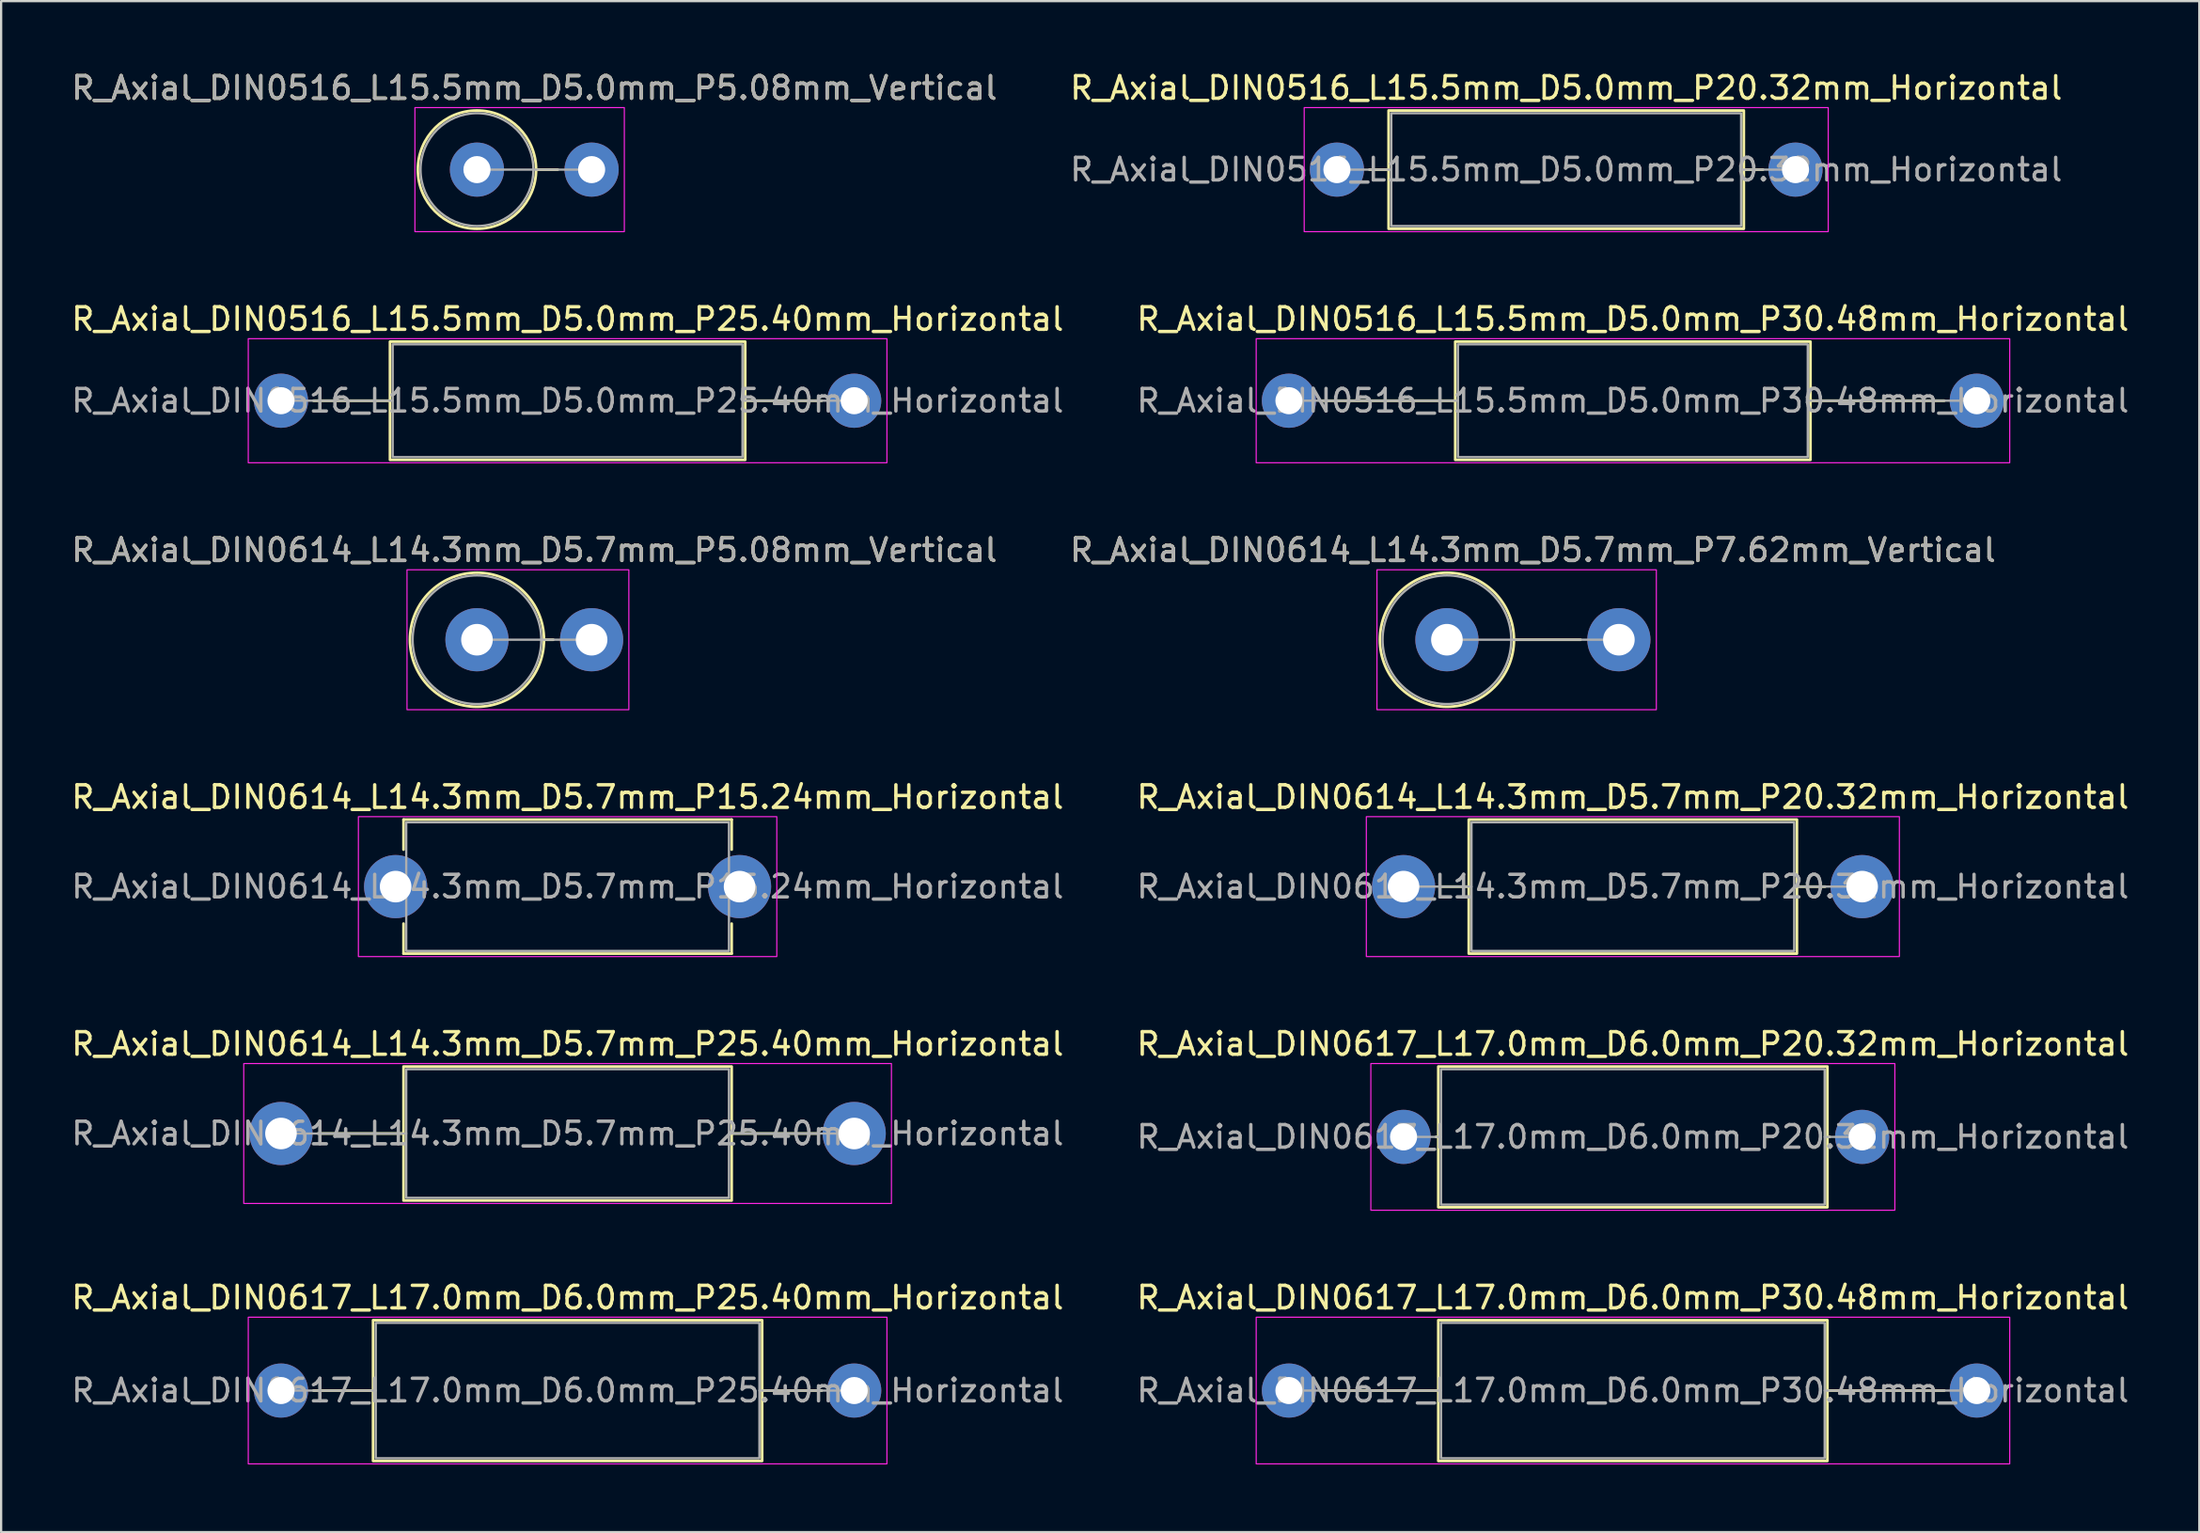
<source format=kicad_pcb>
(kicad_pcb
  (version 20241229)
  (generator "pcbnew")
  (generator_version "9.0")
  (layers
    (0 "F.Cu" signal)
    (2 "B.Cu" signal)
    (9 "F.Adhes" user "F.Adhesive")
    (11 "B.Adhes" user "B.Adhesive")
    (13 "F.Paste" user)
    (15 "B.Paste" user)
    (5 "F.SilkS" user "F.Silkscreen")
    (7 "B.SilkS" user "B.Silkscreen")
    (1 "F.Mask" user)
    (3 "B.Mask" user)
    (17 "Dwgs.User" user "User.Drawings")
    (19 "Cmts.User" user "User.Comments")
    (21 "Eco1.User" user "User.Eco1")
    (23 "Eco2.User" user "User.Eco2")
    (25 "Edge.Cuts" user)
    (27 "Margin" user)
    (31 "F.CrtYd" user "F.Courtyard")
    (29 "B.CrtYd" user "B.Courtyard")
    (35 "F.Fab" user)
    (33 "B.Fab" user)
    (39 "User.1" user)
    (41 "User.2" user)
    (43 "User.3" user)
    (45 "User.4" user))
  (footprint "R_Axial_DIN0516_L15.5mm_D5.0mm_P20.32mm_Horizontal"
    (layer "F.Cu")
    (at 56.191 4.468)
    (property "Reference" "R_Axial_DIN0516_L15.5mm_D5.0mm_P20.32mm_Horizontal" (at 10.16 -3.62 0) (layer "F.SilkS") (effects (font (size 1 1) (thickness 0.15))))
    (attr through_hole)
    (fp_line (start 1.44 0) (end 2.29 0) (stroke (width 0.12) (type solid)) (layer "F.SilkS"))
    (fp_line (start 18.88 0) (end 18.03 0) (stroke (width 0.12) (type solid)) (layer "F.SilkS"))
    (fp_rect (start 2.29 -2.62) (end 18.03 2.62) (stroke (width 0.12) (type solid)) (fill no) (layer "F.SilkS"))
    (fp_rect (start -1.45 -2.75) (end 21.77 2.75) (stroke (width 0.05) (type solid)) (fill no) (layer "F.CrtYd"))
    (fp_line (start 0 0) (end 2.41 0) (stroke (width 0.1) (type solid)) (layer "F.Fab"))
    (fp_line (start 20.32 0) (end 17.91 0) (stroke (width 0.1) (type solid)) (layer "F.Fab"))
    (fp_rect (start 2.41 -2.5) (end 17.91 2.5) (stroke (width 0.1) (type solid)) (fill no) (layer "F.Fab"))
    (fp_text user "${REFERENCE}" (at 10.16 0 0) (layer "F.Fab") (effects (font (size 1 1) (thickness 0.15))))
    (pad "1" thru_hole circle (at 0 0) (size 2.4 2.4) (drill 1.2) (layers "*.Cu" "*.Mask"))
    (pad "2" thru_hole circle (at 20.32 0) (size 2.4 2.4) (drill 1.2) (layers "*.Cu" "*.Mask")))
  (footprint "R_Axial_DIN0516_L15.5mm_D5.0mm_P25.40mm_Horizontal"
    (layer "F.Cu")
    (at 9.401 14.711)
    (property "Reference" "R_Axial_DIN0516_L15.5mm_D5.0mm_P25.40mm_Horizontal" (at 12.7 -3.62 0) (layer "F.SilkS") (effects (font (size 1 1) (thickness 0.15))))
    (attr through_hole)
    (fp_line (start 1.44 0) (end 4.83 0) (stroke (width 0.12) (type solid)) (layer "F.SilkS"))
    (fp_line (start 23.96 0) (end 20.57 0) (stroke (width 0.12) (type solid)) (layer "F.SilkS"))
    (fp_rect (start 4.83 -2.62) (end 20.57 2.62) (stroke (width 0.12) (type solid)) (fill no) (layer "F.SilkS"))
    (fp_rect (start -1.45 -2.75) (end 26.85 2.75) (stroke (width 0.05) (type solid)) (fill no) (layer "F.CrtYd"))
    (fp_line (start 0 0) (end 4.95 0) (stroke (width 0.1) (type solid)) (layer "F.Fab"))
    (fp_line (start 25.4 0) (end 20.45 0) (stroke (width 0.1) (type solid)) (layer "F.Fab"))
    (fp_rect (start 4.95 -2.5) (end 20.45 2.5) (stroke (width 0.1) (type solid)) (fill no) (layer "F.Fab"))
    (fp_text user "${REFERENCE}" (at 12.7 0 0) (layer "F.Fab") (effects (font (size 1 1) (thickness 0.15))))
    (pad "1" thru_hole circle (at 0 0) (size 2.4 2.4) (drill 1.2) (layers "*.Cu" "*.Mask"))
    (pad "2" thru_hole circle (at 25.4 0) (size 2.4 2.4) (drill 1.2) (layers "*.Cu" "*.Mask")))
  (footprint "R_Axial_DIN0617_L17.0mm_D6.0mm_P25.40mm_Horizontal"
    (layer "F.Cu")
    (at 9.401 58.584)
    (property "Reference" "R_Axial_DIN0617_L17.0mm_D6.0mm_P25.40mm_Horizontal" (at 12.7 -4.12 0) (layer "F.SilkS") (effects (font (size 1 1) (thickness 0.15))))
    (attr through_hole)
    (fp_line (start 1.44 0) (end 4.08 0) (stroke (width 0.12) (type solid)) (layer "F.SilkS"))
    (fp_line (start 23.96 0) (end 21.32 0) (stroke (width 0.12) (type solid)) (layer "F.SilkS"))
    (fp_rect (start 4.08 -3.12) (end 21.32 3.12) (stroke (width 0.12) (type solid)) (fill no) (layer "F.SilkS"))
    (fp_rect (start -1.45 -3.25) (end 26.85 3.25) (stroke (width 0.05) (type solid)) (fill no) (layer "F.CrtYd"))
    (fp_line (start 0 0) (end 4.2 0) (stroke (width 0.1) (type solid)) (layer "F.Fab"))
    (fp_line (start 25.4 0) (end 21.2 0) (stroke (width 0.1) (type solid)) (layer "F.Fab"))
    (fp_rect (start 4.2 -3) (end 21.2 3) (stroke (width 0.1) (type solid)) (fill no) (layer "F.Fab"))
    (fp_text user "${REFERENCE}" (at 12.7 0 0) (layer "F.Fab") (effects (font (size 1 1) (thickness 0.15))))
    (pad "1" thru_hole circle (at 0 0) (size 2.4 2.4) (drill 1.2) (layers "*.Cu" "*.Mask"))
    (pad "2" thru_hole circle (at 25.4 0) (size 2.4 2.4) (drill 1.2) (layers "*.Cu" "*.Mask")))
  (footprint "R_Axial_DIN0614_L14.3mm_D5.7mm_P20.32mm_Horizontal"
    (layer "F.Cu")
    (at 59.144 36.248)
    (property "Reference" "R_Axial_DIN0614_L14.3mm_D5.7mm_P20.32mm_Horizontal" (at 10.16 -3.97 0) (layer "F.SilkS") (effects (font (size 1 1) (thickness 0.15))))
    (attr through_hole)
    (fp_line (start 1.64 0) (end 2.89 0) (stroke (width 0.12) (type solid)) (layer "F.SilkS"))
    (fp_line (start 18.68 0) (end 17.43 0) (stroke (width 0.12) (type solid)) (layer "F.SilkS"))
    (fp_rect (start 2.89 -2.97) (end 17.43 2.97) (stroke (width 0.12) (type solid)) (fill no) (layer "F.SilkS"))
    (fp_rect (start -1.65 -3.1) (end 21.97 3.1) (stroke (width 0.05) (type solid)) (fill no) (layer "F.CrtYd"))
    (fp_line (start 0 0) (end 3.01 0) (stroke (width 0.1) (type solid)) (layer "F.Fab"))
    (fp_line (start 20.32 0) (end 17.31 0) (stroke (width 0.1) (type solid)) (layer "F.Fab"))
    (fp_rect (start 3.01 -2.85) (end 17.31 2.85) (stroke (width 0.1) (type solid)) (fill no) (layer "F.Fab"))
    (fp_text user "${REFERENCE}" (at 10.16 0 0) (layer "F.Fab") (effects (font (size 1 1) (thickness 0.15))))
    (pad "1" thru_hole circle (at 0 0) (size 2.8 2.8) (drill 1.4) (layers "*.Cu" "*.Mask"))
    (pad "2" thru_hole circle (at 20.32 0) (size 2.8 2.8) (drill 1.4) (layers "*.Cu" "*.Mask")))
  (footprint "R_Axial_DIN0617_L17.0mm_D6.0mm_P30.48mm_Horizontal"
    (layer "F.Cu")
    (at 54.064 58.584)
    (property "Reference" "R_Axial_DIN0617_L17.0mm_D6.0mm_P30.48mm_Horizontal" (at 15.24 -4.12 0) (layer "F.SilkS") (effects (font (size 1 1) (thickness 0.15))))
    (attr through_hole)
    (fp_line (start 1.44 0) (end 6.62 0) (stroke (width 0.12) (type solid)) (layer "F.SilkS"))
    (fp_line (start 29.04 0) (end 23.86 0) (stroke (width 0.12) (type solid)) (layer "F.SilkS"))
    (fp_rect (start 6.62 -3.12) (end 23.86 3.12) (stroke (width 0.12) (type solid)) (fill no) (layer "F.SilkS"))
    (fp_rect (start -1.45 -3.25) (end 31.94 3.25) (stroke (width 0.05) (type solid)) (fill no) (layer "F.CrtYd"))
    (fp_line (start 0 0) (end 6.74 0) (stroke (width 0.1) (type solid)) (layer "F.Fab"))
    (fp_line (start 30.48 0) (end 23.74 0) (stroke (width 0.1) (type solid)) (layer "F.Fab"))
    (fp_rect (start 6.74 -3) (end 23.74 3) (stroke (width 0.1) (type solid)) (fill no) (layer "F.Fab"))
    (fp_text user "${REFERENCE}" (at 15.24 0 0) (layer "F.Fab") (effects (font (size 1 1) (thickness 0.15))))
    (pad "1" thru_hole circle (at 0 0) (size 2.4 2.4) (drill 1.2) (layers "*.Cu" "*.Mask"))
    (pad "2" thru_hole circle (at 30.48 0) (size 2.4 2.4) (drill 1.2) (layers "*.Cu" "*.Mask")))
  (footprint "R_Axial_DIN0617_L17.0mm_D6.0mm_P20.32mm_Horizontal"
    (layer "F.Cu")
    (at 59.144 47.341)
    (property "Reference" "R_Axial_DIN0617_L17.0mm_D6.0mm_P20.32mm_Horizontal" (at 10.16 -4.12 0) (layer "F.SilkS") (effects (font (size 1 1) (thickness 0.15))))
    (attr through_hole)
    (fp_line (start 1.44 0) (end 1.54 0) (stroke (width 0.12) (type solid)) (layer "F.SilkS"))
    (fp_line (start 18.88 0) (end 18.78 0) (stroke (width 0.12) (type solid)) (layer "F.SilkS"))
    (fp_rect (start 1.54 -3.12) (end 18.78 3.12) (stroke (width 0.12) (type solid)) (fill no) (layer "F.SilkS"))
    (fp_rect (start -1.45 -3.25) (end 21.77 3.25) (stroke (width 0.05) (type solid)) (fill no) (layer "F.CrtYd"))
    (fp_line (start 0 0) (end 1.66 0) (stroke (width 0.1) (type solid)) (layer "F.Fab"))
    (fp_line (start 20.32 0) (end 18.66 0) (stroke (width 0.1) (type solid)) (layer "F.Fab"))
    (fp_rect (start 1.66 -3) (end 18.66 3) (stroke (width 0.1) (type solid)) (fill no) (layer "F.Fab"))
    (fp_text user "${REFERENCE}" (at 10.16 0 0) (layer "F.Fab") (effects (font (size 1 1) (thickness 0.15))))
    (pad "1" thru_hole circle (at 0 0) (size 2.4 2.4) (drill 1.2) (layers "*.Cu" "*.Mask"))
    (pad "2" thru_hole circle (at 20.32 0) (size 2.4 2.4) (drill 1.2) (layers "*.Cu" "*.Mask")))
  (footprint "R_Axial_DIN0516_L15.5mm_D5.0mm_P5.08mm_Vertical"
    (layer "F.Cu")
    (at 18.085 4.468)
    (property "Reference" "R_Axial_DIN0516_L15.5mm_D5.0mm_P5.08mm_Vertical" (at 2.54 -3.62 0) (layer "F.SilkS") (effects (font (size 1 1) (thickness 0.15))))
    (attr through_hole)
    (fp_line (start 2.62 0) (end 3.58 0) (stroke (width 0.12) (type solid)) (layer "F.SilkS"))
    (fp_circle (center 0 0) (end 2.62 0) (stroke (width 0.12) (type solid)) (fill no) (layer "F.SilkS"))
    (fp_rect (start -2.75 -2.75) (end 6.53 2.75) (stroke (width 0.05) (type solid)) (fill no) (layer "F.CrtYd"))
    (fp_line (start 0 0) (end 5.08 0) (stroke (width 0.1) (type solid)) (layer "F.Fab"))
    (fp_circle (center 0 0) (end 2.5 0) (stroke (width 0.1) (type solid)) (fill no) (layer "F.Fab"))
    (fp_text user "${REFERENCE}" (at 2.54 -3.62 0) (layer "F.Fab") (effects (font (size 1 1) (thickness 0.15))))
    (pad "1" thru_hole circle (at 0 0) (size 2.4 2.4) (drill 1.2) (layers "*.Cu" "*.Mask"))
    (pad "2" thru_hole circle (at 5.08 0) (size 2.4 2.4) (drill 1.2) (layers "*.Cu" "*.Mask")))
  (footprint "R_Axial_DIN0614_L14.3mm_D5.7mm_P5.08mm_Vertical"
    (layer "F.Cu")
    (at 18.085 25.305)
    (property "Reference" "R_Axial_DIN0614_L14.3mm_D5.7mm_P5.08mm_Vertical" (at 2.54 -3.97 0) (layer "F.SilkS") (effects (font (size 1 1) (thickness 0.15))))
    (attr through_hole)
    (fp_line (start 2.97 0) (end 3.38 0) (stroke (width 0.12) (type solid)) (layer "F.SilkS"))
    (fp_circle (center 0 0) (end 2.97 0) (stroke (width 0.12) (type solid)) (fill no) (layer "F.SilkS"))
    (fp_rect (start -3.1 -3.1) (end 6.73 3.1) (stroke (width 0.05) (type solid)) (fill no) (layer "F.CrtYd"))
    (fp_line (start 0 0) (end 5.08 0) (stroke (width 0.1) (type solid)) (layer "F.Fab"))
    (fp_circle (center 0 0) (end 2.85 0) (stroke (width 0.1) (type solid)) (fill no) (layer "F.Fab"))
    (fp_text user "${REFERENCE}" (at 2.54 -3.97 0) (layer "F.Fab") (effects (font (size 1 1) (thickness 0.15))))
    (pad "1" thru_hole circle (at 0 0) (size 2.8 2.8) (drill 1.4) (layers "*.Cu" "*.Mask"))
    (pad "2" thru_hole circle (at 5.08 0) (size 2.8 2.8) (drill 1.4) (layers "*.Cu" "*.Mask")))
  (footprint "R_Axial_DIN0614_L14.3mm_D5.7mm_P7.62mm_Vertical"
    (layer "F.Cu")
    (at 61.065 25.305)
    (property "Reference" "R_Axial_DIN0614_L14.3mm_D5.7mm_P7.62mm_Vertical" (at 3.81 -3.97 0) (layer "F.SilkS") (effects (font (size 1 1) (thickness 0.15))))
    (attr through_hole)
    (fp_line (start 2.97 0) (end 5.92 0) (stroke (width 0.12) (type solid)) (layer "F.SilkS"))
    (fp_circle (center 0 0) (end 2.97 0) (stroke (width 0.12) (type solid)) (fill no) (layer "F.SilkS"))
    (fp_rect (start -3.1 -3.1) (end 9.28 3.1) (stroke (width 0.05) (type solid)) (fill no) (layer "F.CrtYd"))
    (fp_line (start 0 0) (end 7.62 0) (stroke (width 0.1) (type solid)) (layer "F.Fab"))
    (fp_circle (center 0 0) (end 2.85 0) (stroke (width 0.1) (type solid)) (fill no) (layer "F.Fab"))
    (fp_text user "${REFERENCE}" (at 3.81 -3.97 0) (layer "F.Fab") (effects (font (size 1 1) (thickness 0.15))))
    (pad "1" thru_hole circle (at 0 0) (size 2.8 2.8) (drill 1.4) (layers "*.Cu" "*.Mask"))
    (pad "2" thru_hole circle (at 7.62 0) (size 2.8 2.8) (drill 1.4) (layers "*.Cu" "*.Mask")))
  (footprint "R_Axial_DIN0614_L14.3mm_D5.7mm_P25.40mm_Horizontal"
    (layer "F.Cu")
    (at 9.401 47.191)
    (property "Reference" "R_Axial_DIN0614_L14.3mm_D5.7mm_P25.40mm_Horizontal" (at 12.7 -3.97 0) (layer "F.SilkS") (effects (font (size 1 1) (thickness 0.15))))
    (attr through_hole)
    (fp_line (start 1.64 0) (end 5.43 0) (stroke (width 0.12) (type solid)) (layer "F.SilkS"))
    (fp_line (start 23.76 0) (end 19.97 0) (stroke (width 0.12) (type solid)) (layer "F.SilkS"))
    (fp_rect (start 5.43 -2.97) (end 19.97 2.97) (stroke (width 0.12) (type solid)) (fill no) (layer "F.SilkS"))
    (fp_rect (start -1.65 -3.1) (end 27.05 3.1) (stroke (width 0.05) (type solid)) (fill no) (layer "F.CrtYd"))
    (fp_line (start 0 0) (end 5.55 0) (stroke (width 0.1) (type solid)) (layer "F.Fab"))
    (fp_line (start 25.4 0) (end 19.85 0) (stroke (width 0.1) (type solid)) (layer "F.Fab"))
    (fp_rect (start 5.55 -2.85) (end 19.85 2.85) (stroke (width 0.1) (type solid)) (fill no) (layer "F.Fab"))
    (fp_text user "${REFERENCE}" (at 12.7 0 0) (layer "F.Fab") (effects (font (size 1 1) (thickness 0.15))))
    (pad "1" thru_hole circle (at 0 0) (size 2.8 2.8) (drill 1.4) (layers "*.Cu" "*.Mask"))
    (pad "2" thru_hole circle (at 25.4 0) (size 2.8 2.8) (drill 1.4) (layers "*.Cu" "*.Mask")))
  (footprint "R_Axial_DIN0516_L15.5mm_D5.0mm_P30.48mm_Horizontal"
    (layer "F.Cu")
    (at 54.064 14.711)
    (property "Reference" "R_Axial_DIN0516_L15.5mm_D5.0mm_P30.48mm_Horizontal" (at 15.24 -3.62 0) (layer "F.SilkS") (effects (font (size 1 1) (thickness 0.15))))
    (attr through_hole)
    (fp_line (start 1.44 0) (end 7.37 0) (stroke (width 0.12) (type solid)) (layer "F.SilkS"))
    (fp_line (start 29.04 0) (end 23.11 0) (stroke (width 0.12) (type solid)) (layer "F.SilkS"))
    (fp_rect (start 7.37 -2.62) (end 23.11 2.62) (stroke (width 0.12) (type solid)) (fill no) (layer "F.SilkS"))
    (fp_rect (start -1.45 -2.75) (end 31.94 2.75) (stroke (width 0.05) (type solid)) (fill no) (layer "F.CrtYd"))
    (fp_line (start 0 0) (end 7.49 0) (stroke (width 0.1) (type solid)) (layer "F.Fab"))
    (fp_line (start 30.48 0) (end 22.99 0) (stroke (width 0.1) (type solid)) (layer "F.Fab"))
    (fp_rect (start 7.49 -2.5) (end 22.99 2.5) (stroke (width 0.1) (type solid)) (fill no) (layer "F.Fab"))
    (fp_text user "${REFERENCE}" (at 15.24 0 0) (layer "F.Fab") (effects (font (size 1 1) (thickness 0.15))))
    (pad "1" thru_hole circle (at 0 0) (size 2.4 2.4) (drill 1.2) (layers "*.Cu" "*.Mask"))
    (pad "2" thru_hole circle (at 30.48 0) (size 2.4 2.4) (drill 1.2) (layers "*.Cu" "*.Mask")))
  (footprint "R_Axial_DIN0614_L14.3mm_D5.7mm_P15.24mm_Horizontal"
    (layer "F.Cu")
    (at 14.481 36.248)
    (property "Reference" "R_Axial_DIN0614_L14.3mm_D5.7mm_P15.24mm_Horizontal" (at 7.62 -3.97 0) (layer "F.SilkS") (effects (font (size 1 1) (thickness 0.15))))
    (attr through_hole)
    (fp_line (start 0.35 -2.97) (end 14.89 -2.97) (stroke (width 0.12) (type solid)) (layer "F.SilkS"))
    (fp_line (start 0.35 -1.64) (end 0.35 -2.97) (stroke (width 0.12) (type solid)) (layer "F.SilkS"))
    (fp_line (start 0.35 1.64) (end 0.35 2.97) (stroke (width 0.12) (type solid)) (layer "F.SilkS"))
    (fp_line (start 0.35 2.97) (end 14.89 2.97) (stroke (width 0.12) (type solid)) (layer "F.SilkS"))
    (fp_line (start 14.89 -2.97) (end 14.89 -1.64) (stroke (width 0.12) (type solid)) (layer "F.SilkS"))
    (fp_line (start 14.89 2.97) (end 14.89 1.64) (stroke (width 0.12) (type solid)) (layer "F.SilkS"))
    (fp_rect (start -1.65 -3.1) (end 16.89 3.1) (stroke (width 0.05) (type solid)) (fill no) (layer "F.CrtYd"))
    (fp_line (start 0 0) (end 0.47 0) (stroke (width 0.1) (type solid)) (layer "F.Fab"))
    (fp_line (start 15.24 0) (end 14.77 0) (stroke (width 0.1) (type solid)) (layer "F.Fab"))
    (fp_rect (start 0.47 -2.85) (end 14.77 2.85) (stroke (width 0.1) (type solid)) (fill no) (layer "F.Fab"))
    (fp_text user "${REFERENCE}" (at 7.62 0 0) (layer "F.Fab") (effects (font (size 1 1) (thickness 0.15))))
    (pad "1" thru_hole circle (at 0 0) (size 2.8 2.8) (drill 1.4) (layers "*.Cu" "*.Mask"))
    (pad "2" thru_hole circle (at 15.24 0) (size 2.8 2.8) (drill 1.4) (layers "*.Cu" "*.Mask")))
  (gr_rect
    (start -3 -3)
    (end 94.405 64.859)
    (stroke (width 0.1) (type default))
    (fill no)
    (layer "Edge.Cuts")))
</source>
